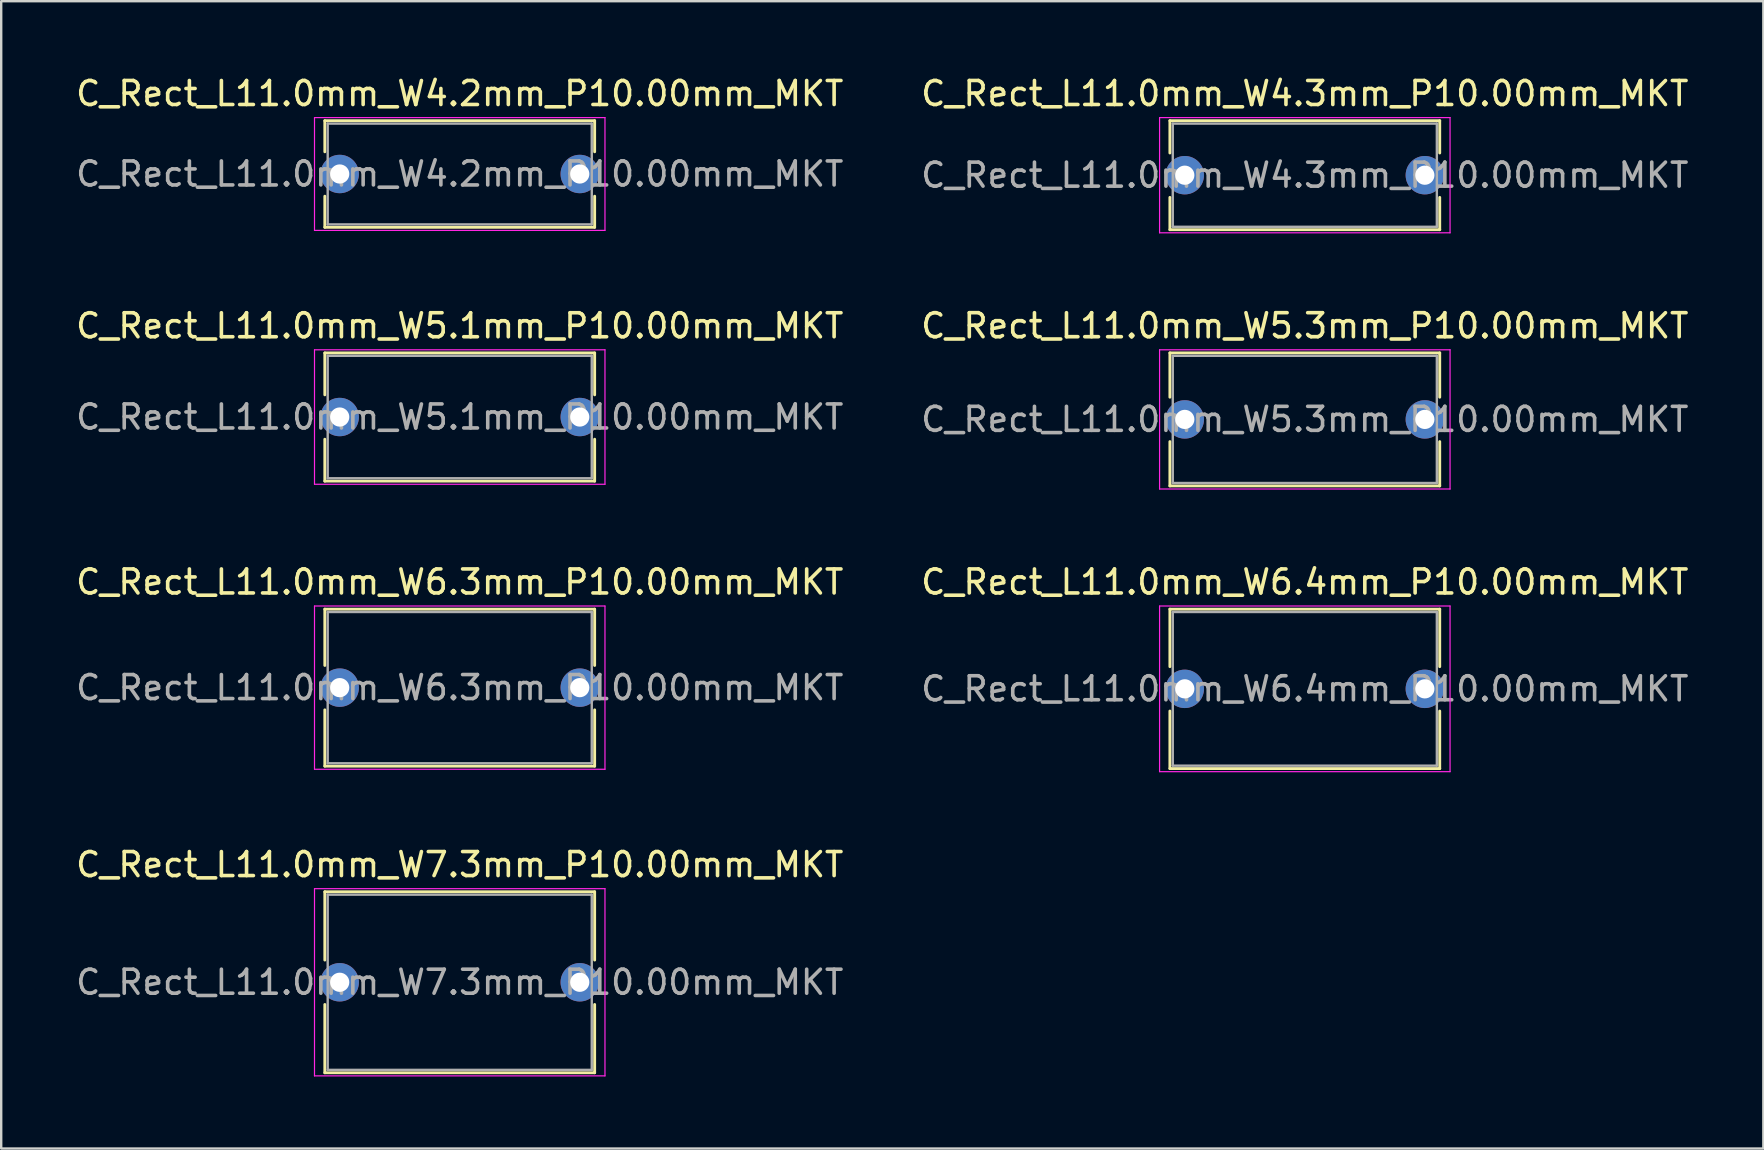
<source format=kicad_pcb>
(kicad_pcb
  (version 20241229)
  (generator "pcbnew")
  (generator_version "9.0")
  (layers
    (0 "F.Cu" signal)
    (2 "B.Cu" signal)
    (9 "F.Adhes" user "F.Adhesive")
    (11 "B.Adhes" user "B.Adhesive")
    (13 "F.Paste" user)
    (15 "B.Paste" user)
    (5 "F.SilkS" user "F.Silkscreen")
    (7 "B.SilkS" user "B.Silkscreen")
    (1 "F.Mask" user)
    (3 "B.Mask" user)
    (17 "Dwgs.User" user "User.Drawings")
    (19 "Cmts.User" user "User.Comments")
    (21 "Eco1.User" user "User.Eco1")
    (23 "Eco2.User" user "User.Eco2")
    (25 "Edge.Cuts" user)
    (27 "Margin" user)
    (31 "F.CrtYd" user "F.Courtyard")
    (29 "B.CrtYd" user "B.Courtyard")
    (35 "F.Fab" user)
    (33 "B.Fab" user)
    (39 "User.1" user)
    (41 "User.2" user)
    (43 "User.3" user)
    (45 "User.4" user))
  (footprint "C_Rect_L11.0mm_W6.4mm_P10.00mm_MKT"
    (layer "F.Cu")
    (at 46.304 25.645)
    (property "Reference" "C_Rect_L11.0mm_W6.4mm_P10.00mm_MKT" (at 5 -4.45 0) (layer "F.SilkS") (effects (font (size 1 1) (thickness 0.15))))
    (attr through_hole)
    (fp_line (start -0.62 -3.32) (end -0.62 -0.925) (stroke (width 0.12) (type solid)) (layer "F.SilkS"))
    (fp_line (start -0.62 -3.32) (end 10.62 -3.32) (stroke (width 0.12) (type solid)) (layer "F.SilkS"))
    (fp_line (start -0.62 0.925) (end -0.62 3.32) (stroke (width 0.12) (type solid)) (layer "F.SilkS"))
    (fp_line (start -0.62 3.32) (end 10.62 3.32) (stroke (width 0.12) (type solid)) (layer "F.SilkS"))
    (fp_line (start 10.62 -3.32) (end 10.62 -0.925) (stroke (width 0.12) (type solid)) (layer "F.SilkS"))
    (fp_line (start 10.62 0.925) (end 10.62 3.32) (stroke (width 0.12) (type solid)) (layer "F.SilkS"))
    (fp_line (start -1.05 -3.45) (end -1.05 3.45) (stroke (width 0.05) (type solid)) (layer "F.CrtYd"))
    (fp_line (start -1.05 3.45) (end 11.05 3.45) (stroke (width 0.05) (type solid)) (layer "F.CrtYd"))
    (fp_line (start 11.05 -3.45) (end -1.05 -3.45) (stroke (width 0.05) (type solid)) (layer "F.CrtYd"))
    (fp_line (start 11.05 3.45) (end 11.05 -3.45) (stroke (width 0.05) (type solid)) (layer "F.CrtYd"))
    (fp_line (start -0.5 -3.2) (end -0.5 3.2) (stroke (width 0.1) (type solid)) (layer "F.Fab"))
    (fp_line (start -0.5 3.2) (end 10.5 3.2) (stroke (width 0.1) (type solid)) (layer "F.Fab"))
    (fp_line (start 10.5 -3.2) (end -0.5 -3.2) (stroke (width 0.1) (type solid)) (layer "F.Fab"))
    (fp_line (start 10.5 3.2) (end 10.5 -3.2) (stroke (width 0.1) (type solid)) (layer "F.Fab"))
    (fp_text user "${REFERENCE}" (at 5 0 0) (layer "F.Fab") (effects (font (size 1 1) (thickness 0.15))))
    (pad "1" thru_hole circle (at 0 0) (size 1.6 1.6) (drill 0.8) (layers "*.Cu" "*.Mask"))
    (pad "2" thru_hole circle (at 10 0) (size 1.6 1.6) (drill 0.8) (layers "*.Cu" "*.Mask")))
  (footprint "C_Rect_L11.0mm_W4.3mm_P10.00mm_MKT"
    (layer "F.Cu")
    (at 46.304 4.248)
    (property "Reference" "C_Rect_L11.0mm_W4.3mm_P10.00mm_MKT" (at 5 -3.4 0) (layer "F.SilkS") (effects (font (size 1 1) (thickness 0.15))))
    (attr through_hole)
    (fp_line (start -0.62 -2.27) (end -0.62 -0.925) (stroke (width 0.12) (type solid)) (layer "F.SilkS"))
    (fp_line (start -0.62 -2.27) (end 10.62 -2.27) (stroke (width 0.12) (type solid)) (layer "F.SilkS"))
    (fp_line (start -0.62 0.925) (end -0.62 2.27) (stroke (width 0.12) (type solid)) (layer "F.SilkS"))
    (fp_line (start -0.62 2.27) (end 10.62 2.27) (stroke (width 0.12) (type solid)) (layer "F.SilkS"))
    (fp_line (start 10.62 -2.27) (end 10.62 -0.925) (stroke (width 0.12) (type solid)) (layer "F.SilkS"))
    (fp_line (start 10.62 0.925) (end 10.62 2.27) (stroke (width 0.12) (type solid)) (layer "F.SilkS"))
    (fp_line (start -1.05 -2.4) (end -1.05 2.4) (stroke (width 0.05) (type solid)) (layer "F.CrtYd"))
    (fp_line (start -1.05 2.4) (end 11.05 2.4) (stroke (width 0.05) (type solid)) (layer "F.CrtYd"))
    (fp_line (start 11.05 -2.4) (end -1.05 -2.4) (stroke (width 0.05) (type solid)) (layer "F.CrtYd"))
    (fp_line (start 11.05 2.4) (end 11.05 -2.4) (stroke (width 0.05) (type solid)) (layer "F.CrtYd"))
    (fp_line (start -0.5 -2.15) (end -0.5 2.15) (stroke (width 0.1) (type solid)) (layer "F.Fab"))
    (fp_line (start -0.5 2.15) (end 10.5 2.15) (stroke (width 0.1) (type solid)) (layer "F.Fab"))
    (fp_line (start 10.5 -2.15) (end -0.5 -2.15) (stroke (width 0.1) (type solid)) (layer "F.Fab"))
    (fp_line (start 10.5 2.15) (end 10.5 -2.15) (stroke (width 0.1) (type solid)) (layer "F.Fab"))
    (fp_text user "${REFERENCE}" (at 5 0 0) (layer "F.Fab") (effects (font (size 1 1) (thickness 0.15))))
    (pad "1" thru_hole circle (at 0 0) (size 1.6 1.6) (drill 0.8) (layers "*.Cu" "*.Mask"))
    (pad "2" thru_hole circle (at 10 0) (size 1.6 1.6) (drill 0.8) (layers "*.Cu" "*.Mask")))
  (footprint "C_Rect_L11.0mm_W4.2mm_P10.00mm_MKT"
    (layer "F.Cu")
    (at 11.101 4.198)
    (property "Reference" "C_Rect_L11.0mm_W4.2mm_P10.00mm_MKT" (at 5 -3.35 0) (layer "F.SilkS") (effects (font (size 1 1) (thickness 0.15))))
    (attr through_hole)
    (fp_line (start -0.62 -2.22) (end -0.62 -0.925) (stroke (width 0.12) (type solid)) (layer "F.SilkS"))
    (fp_line (start -0.62 -2.22) (end 10.62 -2.22) (stroke (width 0.12) (type solid)) (layer "F.SilkS"))
    (fp_line (start -0.62 0.925) (end -0.62 2.22) (stroke (width 0.12) (type solid)) (layer "F.SilkS"))
    (fp_line (start -0.62 2.22) (end 10.62 2.22) (stroke (width 0.12) (type solid)) (layer "F.SilkS"))
    (fp_line (start 10.62 -2.22) (end 10.62 -0.925) (stroke (width 0.12) (type solid)) (layer "F.SilkS"))
    (fp_line (start 10.62 0.925) (end 10.62 2.22) (stroke (width 0.12) (type solid)) (layer "F.SilkS"))
    (fp_line (start -1.05 -2.35) (end -1.05 2.35) (stroke (width 0.05) (type solid)) (layer "F.CrtYd"))
    (fp_line (start -1.05 2.35) (end 11.05 2.35) (stroke (width 0.05) (type solid)) (layer "F.CrtYd"))
    (fp_line (start 11.05 -2.35) (end -1.05 -2.35) (stroke (width 0.05) (type solid)) (layer "F.CrtYd"))
    (fp_line (start 11.05 2.35) (end 11.05 -2.35) (stroke (width 0.05) (type solid)) (layer "F.CrtYd"))
    (fp_line (start -0.5 -2.1) (end -0.5 2.1) (stroke (width 0.1) (type solid)) (layer "F.Fab"))
    (fp_line (start -0.5 2.1) (end 10.5 2.1) (stroke (width 0.1) (type solid)) (layer "F.Fab"))
    (fp_line (start 10.5 -2.1) (end -0.5 -2.1) (stroke (width 0.1) (type solid)) (layer "F.Fab"))
    (fp_line (start 10.5 2.1) (end 10.5 -2.1) (stroke (width 0.1) (type solid)) (layer "F.Fab"))
    (fp_text user "${REFERENCE}" (at 5 0 0) (layer "F.Fab") (effects (font (size 1 1) (thickness 0.15))))
    (pad "1" thru_hole circle (at 0 0) (size 1.6 1.6) (drill 0.8) (layers "*.Cu" "*.Mask"))
    (pad "2" thru_hole circle (at 10 0) (size 1.6 1.6) (drill 0.8) (layers "*.Cu" "*.Mask")))
  (footprint "C_Rect_L11.0mm_W5.3mm_P10.00mm_MKT"
    (layer "F.Cu")
    (at 46.304 14.421)
    (property "Reference" "C_Rect_L11.0mm_W5.3mm_P10.00mm_MKT" (at 5 -3.9 0) (layer "F.SilkS") (effects (font (size 1 1) (thickness 0.15))))
    (attr through_hole)
    (fp_line (start -0.62 -2.77) (end -0.62 -0.925) (stroke (width 0.12) (type solid)) (layer "F.SilkS"))
    (fp_line (start -0.62 -2.77) (end 10.62 -2.77) (stroke (width 0.12) (type solid)) (layer "F.SilkS"))
    (fp_line (start -0.62 0.925) (end -0.62 2.77) (stroke (width 0.12) (type solid)) (layer "F.SilkS"))
    (fp_line (start -0.62 2.77) (end 10.62 2.77) (stroke (width 0.12) (type solid)) (layer "F.SilkS"))
    (fp_line (start 10.62 -2.77) (end 10.62 -0.925) (stroke (width 0.12) (type solid)) (layer "F.SilkS"))
    (fp_line (start 10.62 0.925) (end 10.62 2.77) (stroke (width 0.12) (type solid)) (layer "F.SilkS"))
    (fp_line (start -1.05 -2.9) (end -1.05 2.9) (stroke (width 0.05) (type solid)) (layer "F.CrtYd"))
    (fp_line (start -1.05 2.9) (end 11.05 2.9) (stroke (width 0.05) (type solid)) (layer "F.CrtYd"))
    (fp_line (start 11.05 -2.9) (end -1.05 -2.9) (stroke (width 0.05) (type solid)) (layer "F.CrtYd"))
    (fp_line (start 11.05 2.9) (end 11.05 -2.9) (stroke (width 0.05) (type solid)) (layer "F.CrtYd"))
    (fp_line (start -0.5 -2.65) (end -0.5 2.65) (stroke (width 0.1) (type solid)) (layer "F.Fab"))
    (fp_line (start -0.5 2.65) (end 10.5 2.65) (stroke (width 0.1) (type solid)) (layer "F.Fab"))
    (fp_line (start 10.5 -2.65) (end -0.5 -2.65) (stroke (width 0.1) (type solid)) (layer "F.Fab"))
    (fp_line (start 10.5 2.65) (end 10.5 -2.65) (stroke (width 0.1) (type solid)) (layer "F.Fab"))
    (fp_text user "${REFERENCE}" (at 5 0 0) (layer "F.Fab") (effects (font (size 1 1) (thickness 0.15))))
    (pad "1" thru_hole circle (at 0 0) (size 1.6 1.6) (drill 0.8) (layers "*.Cu" "*.Mask"))
    (pad "2" thru_hole circle (at 10 0) (size 1.6 1.6) (drill 0.8) (layers "*.Cu" "*.Mask")))
  (footprint "C_Rect_L11.0mm_W7.3mm_P10.00mm_MKT"
    (layer "F.Cu")
    (at 11.101 37.868)
    (property "Reference" "C_Rect_L11.0mm_W7.3mm_P10.00mm_MKT" (at 5 -4.9 0) (layer "F.SilkS") (effects (font (size 1 1) (thickness 0.15))))
    (attr through_hole)
    (fp_line (start -0.62 -3.77) (end -0.62 -0.925) (stroke (width 0.12) (type solid)) (layer "F.SilkS"))
    (fp_line (start -0.62 -3.77) (end 10.62 -3.77) (stroke (width 0.12) (type solid)) (layer "F.SilkS"))
    (fp_line (start -0.62 0.925) (end -0.62 3.77) (stroke (width 0.12) (type solid)) (layer "F.SilkS"))
    (fp_line (start -0.62 3.77) (end 10.62 3.77) (stroke (width 0.12) (type solid)) (layer "F.SilkS"))
    (fp_line (start 10.62 -3.77) (end 10.62 -0.925) (stroke (width 0.12) (type solid)) (layer "F.SilkS"))
    (fp_line (start 10.62 0.925) (end 10.62 3.77) (stroke (width 0.12) (type solid)) (layer "F.SilkS"))
    (fp_line (start -1.05 -3.9) (end -1.05 3.9) (stroke (width 0.05) (type solid)) (layer "F.CrtYd"))
    (fp_line (start -1.05 3.9) (end 11.05 3.9) (stroke (width 0.05) (type solid)) (layer "F.CrtYd"))
    (fp_line (start 11.05 -3.9) (end -1.05 -3.9) (stroke (width 0.05) (type solid)) (layer "F.CrtYd"))
    (fp_line (start 11.05 3.9) (end 11.05 -3.9) (stroke (width 0.05) (type solid)) (layer "F.CrtYd"))
    (fp_line (start -0.5 -3.65) (end -0.5 3.65) (stroke (width 0.1) (type solid)) (layer "F.Fab"))
    (fp_line (start -0.5 3.65) (end 10.5 3.65) (stroke (width 0.1) (type solid)) (layer "F.Fab"))
    (fp_line (start 10.5 -3.65) (end -0.5 -3.65) (stroke (width 0.1) (type solid)) (layer "F.Fab"))
    (fp_line (start 10.5 3.65) (end 10.5 -3.65) (stroke (width 0.1) (type solid)) (layer "F.Fab"))
    (fp_text user "${REFERENCE}" (at 5 0 0) (layer "F.Fab") (effects (font (size 1 1) (thickness 0.15))))
    (pad "1" thru_hole circle (at 0 0) (size 1.6 1.6) (drill 0.8) (layers "*.Cu" "*.Mask"))
    (pad "2" thru_hole circle (at 10 0) (size 1.6 1.6) (drill 0.8) (layers "*.Cu" "*.Mask")))
  (footprint "C_Rect_L11.0mm_W6.3mm_P10.00mm_MKT"
    (layer "F.Cu")
    (at 11.101 25.595)
    (property "Reference" "C_Rect_L11.0mm_W6.3mm_P10.00mm_MKT" (at 5 -4.4 0) (layer "F.SilkS") (effects (font (size 1 1) (thickness 0.15))))
    (attr through_hole)
    (fp_line (start -0.62 -3.27) (end -0.62 -0.925) (stroke (width 0.12) (type solid)) (layer "F.SilkS"))
    (fp_line (start -0.62 -3.27) (end 10.62 -3.27) (stroke (width 0.12) (type solid)) (layer "F.SilkS"))
    (fp_line (start -0.62 0.925) (end -0.62 3.27) (stroke (width 0.12) (type solid)) (layer "F.SilkS"))
    (fp_line (start -0.62 3.27) (end 10.62 3.27) (stroke (width 0.12) (type solid)) (layer "F.SilkS"))
    (fp_line (start 10.62 -3.27) (end 10.62 -0.925) (stroke (width 0.12) (type solid)) (layer "F.SilkS"))
    (fp_line (start 10.62 0.925) (end 10.62 3.27) (stroke (width 0.12) (type solid)) (layer "F.SilkS"))
    (fp_line (start -1.05 -3.4) (end -1.05 3.4) (stroke (width 0.05) (type solid)) (layer "F.CrtYd"))
    (fp_line (start -1.05 3.4) (end 11.05 3.4) (stroke (width 0.05) (type solid)) (layer "F.CrtYd"))
    (fp_line (start 11.05 -3.4) (end -1.05 -3.4) (stroke (width 0.05) (type solid)) (layer "F.CrtYd"))
    (fp_line (start 11.05 3.4) (end 11.05 -3.4) (stroke (width 0.05) (type solid)) (layer "F.CrtYd"))
    (fp_line (start -0.5 -3.15) (end -0.5 3.15) (stroke (width 0.1) (type solid)) (layer "F.Fab"))
    (fp_line (start -0.5 3.15) (end 10.5 3.15) (stroke (width 0.1) (type solid)) (layer "F.Fab"))
    (fp_line (start 10.5 -3.15) (end -0.5 -3.15) (stroke (width 0.1) (type solid)) (layer "F.Fab"))
    (fp_line (start 10.5 3.15) (end 10.5 -3.15) (stroke (width 0.1) (type solid)) (layer "F.Fab"))
    (fp_text user "${REFERENCE}" (at 5 0 0) (layer "F.Fab") (effects (font (size 1 1) (thickness 0.15))))
    (pad "1" thru_hole circle (at 0 0) (size 1.6 1.6) (drill 0.8) (layers "*.Cu" "*.Mask"))
    (pad "2" thru_hole circle (at 10 0) (size 1.6 1.6) (drill 0.8) (layers "*.Cu" "*.Mask")))
  (footprint "C_Rect_L11.0mm_W5.1mm_P10.00mm_MKT"
    (layer "F.Cu")
    (at 11.101 14.322)
    (property "Reference" "C_Rect_L11.0mm_W5.1mm_P10.00mm_MKT" (at 5 -3.8 0) (layer "F.SilkS") (effects (font (size 1 1) (thickness 0.15))))
    (attr through_hole)
    (fp_line (start -0.62 -2.67) (end -0.62 -0.925) (stroke (width 0.12) (type solid)) (layer "F.SilkS"))
    (fp_line (start -0.62 -2.67) (end 10.62 -2.67) (stroke (width 0.12) (type solid)) (layer "F.SilkS"))
    (fp_line (start -0.62 0.925) (end -0.62 2.67) (stroke (width 0.12) (type solid)) (layer "F.SilkS"))
    (fp_line (start -0.62 2.67) (end 10.62 2.67) (stroke (width 0.12) (type solid)) (layer "F.SilkS"))
    (fp_line (start 10.62 -2.67) (end 10.62 -0.925) (stroke (width 0.12) (type solid)) (layer "F.SilkS"))
    (fp_line (start 10.62 0.925) (end 10.62 2.67) (stroke (width 0.12) (type solid)) (layer "F.SilkS"))
    (fp_line (start -1.05 -2.8) (end -1.05 2.8) (stroke (width 0.05) (type solid)) (layer "F.CrtYd"))
    (fp_line (start -1.05 2.8) (end 11.05 2.8) (stroke (width 0.05) (type solid)) (layer "F.CrtYd"))
    (fp_line (start 11.05 -2.8) (end -1.05 -2.8) (stroke (width 0.05) (type solid)) (layer "F.CrtYd"))
    (fp_line (start 11.05 2.8) (end 11.05 -2.8) (stroke (width 0.05) (type solid)) (layer "F.CrtYd"))
    (fp_line (start -0.5 -2.55) (end -0.5 2.55) (stroke (width 0.1) (type solid)) (layer "F.Fab"))
    (fp_line (start -0.5 2.55) (end 10.5 2.55) (stroke (width 0.1) (type solid)) (layer "F.Fab"))
    (fp_line (start 10.5 -2.55) (end -0.5 -2.55) (stroke (width 0.1) (type solid)) (layer "F.Fab"))
    (fp_line (start 10.5 2.55) (end 10.5 -2.55) (stroke (width 0.1) (type solid)) (layer "F.Fab"))
    (fp_text user "${REFERENCE}" (at 5 0 0) (layer "F.Fab") (effects (font (size 1 1) (thickness 0.15))))
    (pad "1" thru_hole circle (at 0 0) (size 1.6 1.6) (drill 0.8) (layers "*.Cu" "*.Mask"))
    (pad "2" thru_hole circle (at 10 0) (size 1.6 1.6) (drill 0.8) (layers "*.Cu" "*.Mask")))
  (gr_rect
    (start -3 -3)
    (end 70.405 44.793)
    (stroke (width 0.1) (type default))
    (fill no)
    (layer "Edge.Cuts")))
</source>
